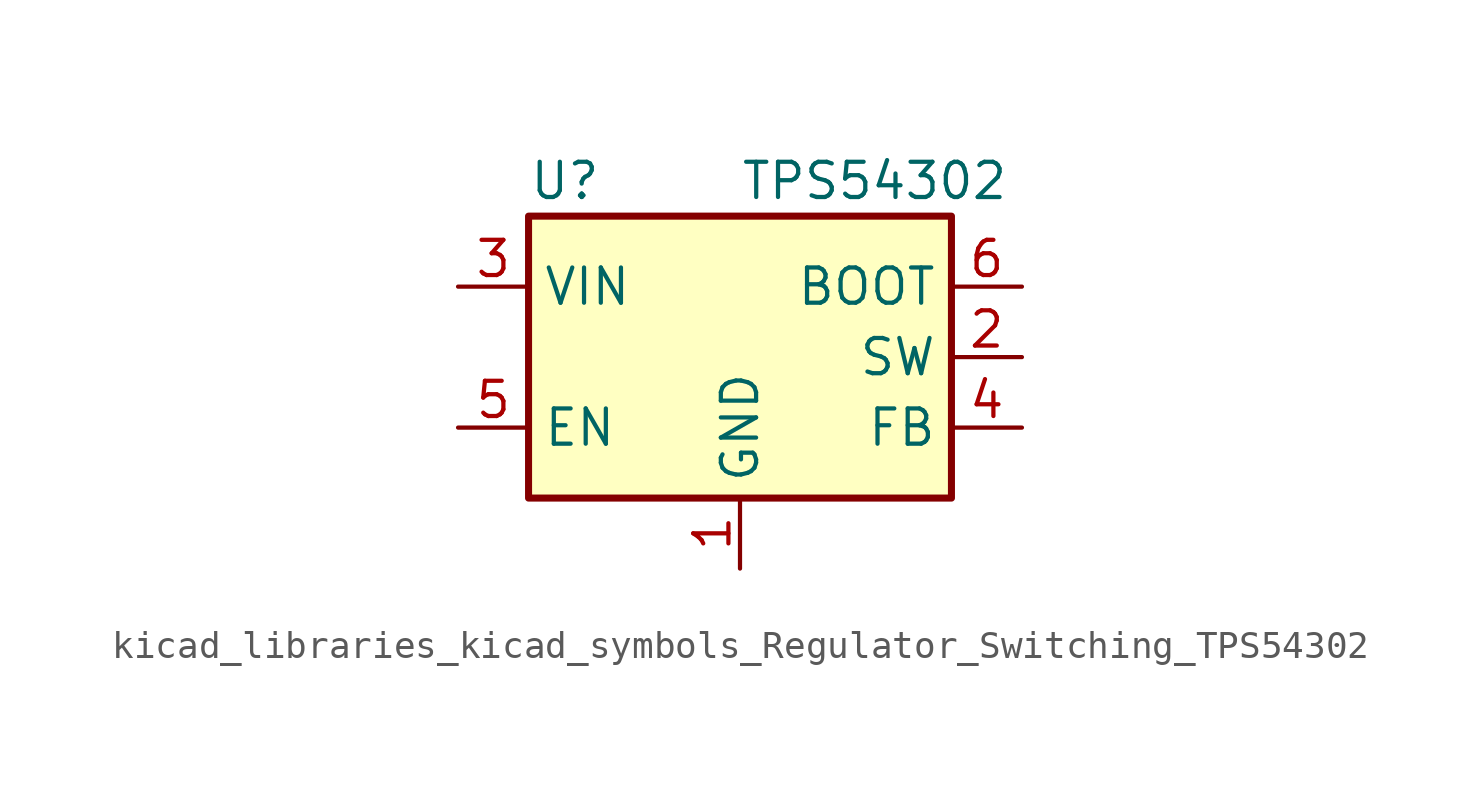
<source format=kicad_sym>
(kicad_symbol_lib
  (version 20220914)
  (generator kicad_symbol_editor)
  (symbol "kicad_libraries_kicad_symbols_Regulator_Switching_TPS54302"
    (property "Reference" "U"
      (at -7.62 6.35 0)
      (effects (font (size 1.27 1.27)) (justify left)))
    (property "Value" "TPS54302"
      (at 0 6.35 0)
      (effects (font (size 1.27 1.27)) (justify left)))
    (symbol "kicad_libraries_kicad_symbols_Regulator_Switching_TPS54302_0_1"
      (rectangle (start -7.62 5.08) (end 7.62 -5.08) (stroke (width 0.254) (type default)) (fill (type background))))
    (symbol "kicad_libraries_kicad_symbols_Regulator_Switching_TPS54302_1_1"
      (pin power_in line (at 0 -7.62 90) (length 2.54) (name "GND" (effects (font (size 1.27 1.27)))) (number "1" (effects (font (size 1.27 1.27)))))
      (pin power_out line (at 10.16 0 180) (length 2.54) (name "SW" (effects (font (size 1.27 1.27)))) (number "2" (effects (font (size 1.27 1.27)))))
      (pin power_in line (at -10.16 2.54 0) (length 2.54) (name "VIN" (effects (font (size 1.27 1.27)))) (number "3" (effects (font (size 1.27 1.27)))))
      (pin input line (at 10.16 -2.54 180) (length 2.54) (name "FB" (effects (font (size 1.27 1.27)))) (number "4" (effects (font (size 1.27 1.27)))))
      (pin input line (at -10.16 -2.54 0) (length 2.54) (name "EN" (effects (font (size 1.27 1.27)))) (number "5" (effects (font (size 1.27 1.27)))))
      (pin passive line (at 10.16 2.54 180) (length 2.54) (name "BOOT" (effects (font (size 1.27 1.27)))) (number "6" (effects (font (size 1.27 1.27))))))))
</source>
